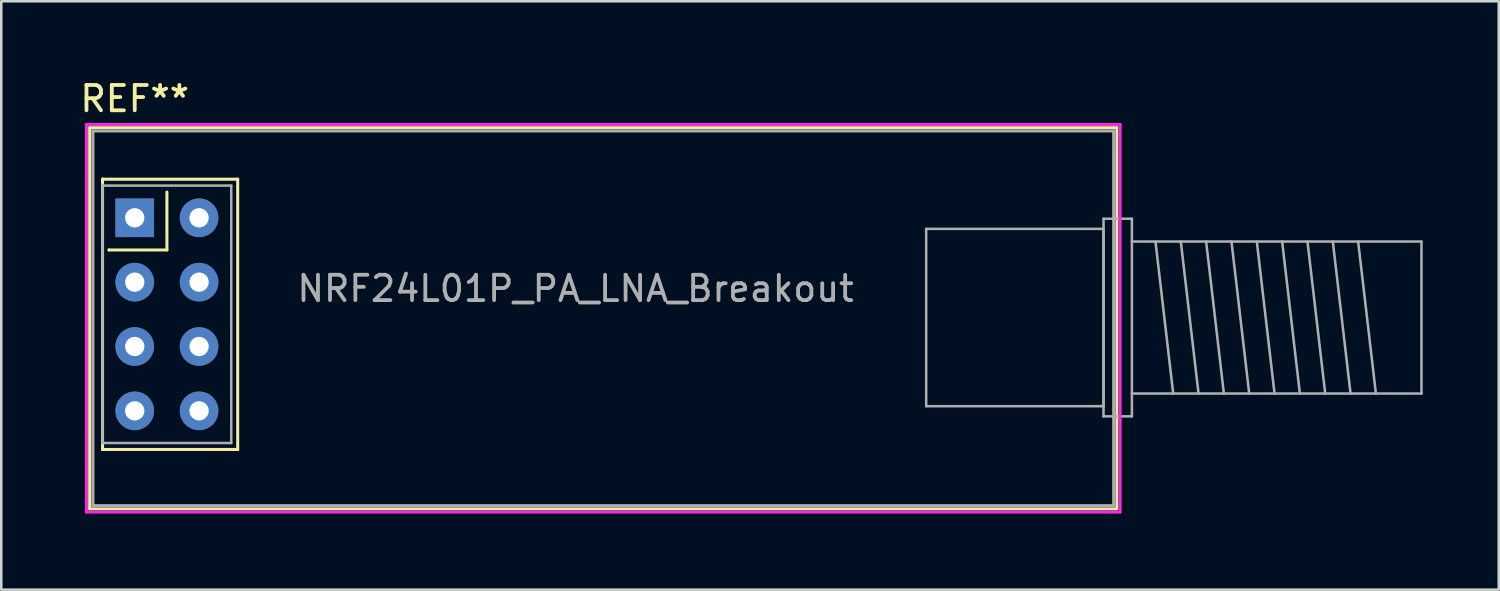
<source format=kicad_pcb>
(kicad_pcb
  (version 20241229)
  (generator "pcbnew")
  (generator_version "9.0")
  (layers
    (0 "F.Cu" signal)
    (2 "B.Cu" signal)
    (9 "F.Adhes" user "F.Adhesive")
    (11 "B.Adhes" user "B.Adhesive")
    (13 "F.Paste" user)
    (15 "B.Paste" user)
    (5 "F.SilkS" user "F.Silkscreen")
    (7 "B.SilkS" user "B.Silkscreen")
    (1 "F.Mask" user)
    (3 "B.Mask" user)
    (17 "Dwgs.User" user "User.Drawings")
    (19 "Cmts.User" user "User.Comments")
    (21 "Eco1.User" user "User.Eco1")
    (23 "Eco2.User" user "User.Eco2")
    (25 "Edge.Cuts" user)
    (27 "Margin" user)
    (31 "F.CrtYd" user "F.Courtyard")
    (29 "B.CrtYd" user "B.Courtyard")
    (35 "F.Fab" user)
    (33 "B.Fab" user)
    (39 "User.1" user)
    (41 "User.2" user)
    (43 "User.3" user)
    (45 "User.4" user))
  (footprint "NRF24L01P_PA_LNA_Breakout"
    (layer "F.Cu")
    (at 0.363 1.864)
    (property "Reference" "NRF24L01P_PA_LNA_Breakout" (at 19.304 6.477 0) (layer "F.Fab") (effects (font (size 1 1) (thickness 0.15))))
    (attr through_hole)
    (fp_line (start 0.127 0.127) (end 40.673 0.127) (stroke (width 0.12) (type solid)) (layer "F.SilkS"))
    (fp_line (start 0.127 15.173) (end 0.127 0.127) (stroke (width 0.12) (type solid)) (layer "F.SilkS"))
    (fp_line (start 0.635 2.159) (end 0.635 2.159) (stroke (width 0.12) (type solid)) (layer "F.SilkS"))
    (fp_line (start 0.635 2.159) (end 5.969 2.159) (stroke (width 0.12) (type solid)) (layer "F.SilkS"))
    (fp_line (start 0.635 12.827) (end 0.635 2.159) (stroke (width 0.12) (type solid)) (layer "F.SilkS"))
    (fp_line (start 0.635 12.827) (end 0.635 12.827) (stroke (width 0.12) (type solid)) (layer "F.SilkS"))
    (fp_line (start 0.889 4.953) (end 0.889 4.953) (stroke (width 0.12) (type solid)) (layer "F.SilkS"))
    (fp_line (start 3.175 2.667) (end 3.175 4.953) (stroke (width 0.12) (type solid)) (layer "F.SilkS"))
    (fp_line (start 3.175 4.953) (end 0.889 4.953) (stroke (width 0.12) (type solid)) (layer "F.SilkS"))
    (fp_line (start 5.969 2.159) (end 5.969 12.827) (stroke (width 0.12) (type solid)) (layer "F.SilkS"))
    (fp_line (start 5.969 12.827) (end 0.635 12.827) (stroke (width 0.12) (type solid)) (layer "F.SilkS"))
    (fp_line (start 40.64 15.173) (end 0.127 15.173) (stroke (width 0.12) (type solid)) (layer "F.SilkS"))
    (fp_line (start 40.673 0.127) (end 40.673 15.173) (stroke (width 0.12) (type solid)) (layer "F.SilkS"))
    (fp_line (start 0 0) (end 0 15.3) (stroke (width 0.12) (type solid)) (layer "F.CrtYd"))
    (fp_line (start 0 0) (end 40.8 0) (stroke (width 0.12) (type solid)) (layer "F.CrtYd"))
    (fp_line (start 0 15.3) (end 40.8 15.3) (stroke (width 0.12) (type solid)) (layer "F.CrtYd"))
    (fp_line (start 40.8 0) (end 40.8 15.3) (stroke (width 0.12) (type solid)) (layer "F.CrtYd"))
    (fp_line (start 0.254 0.254) (end 40.546 0.254) (stroke (width 0.12) (type solid)) (layer "F.Fab"))
    (fp_line (start 0.254 15.046) (end 0.254 0.254) (stroke (width 0.12) (type solid)) (layer "F.Fab"))
    (fp_line (start 0.635 2.413) (end 0.635 2.413) (stroke (width 0.1) (type solid)) (layer "F.Fab"))
    (fp_line (start 0.635 2.413) (end 5.715 2.413) (stroke (width 0.1) (type solid)) (layer "F.Fab"))
    (fp_line (start 0.635 12.573) (end 0.635 2.413) (stroke (width 0.1) (type solid)) (layer "F.Fab"))
    (fp_line (start 5.715 2.413) (end 5.715 12.573) (stroke (width 0.1) (type solid)) (layer "F.Fab"))
    (fp_line (start 5.715 12.573) (end 0.635 12.573) (stroke (width 0.1) (type solid)) (layer "F.Fab"))
    (fp_line (start 33.145 4.12) (end 33.145 11.12) (stroke (width 0.1) (type solid)) (layer "F.Fab"))
    (fp_line (start 40.145 3.72) (end 40.145 11.52) (stroke (width 0.1) (type solid)) (layer "F.Fab"))
    (fp_line (start 40.145 4.12) (end 33.145 4.12) (stroke (width 0.1) (type solid)) (layer "F.Fab"))
    (fp_line (start 40.145 4.12) (end 40.145 11.12) (stroke (width 0.1) (type solid)) (layer "F.Fab"))
    (fp_line (start 40.145 11.12) (end 33.145 11.12) (stroke (width 0.1) (type solid)) (layer "F.Fab"))
    (fp_line (start 40.145 11.52) (end 41.265 11.52) (stroke (width 0.1) (type solid)) (layer "F.Fab"))
    (fp_line (start 40.546 0.254) (end 40.546 15.046) (stroke (width 0.12) (type solid)) (layer "F.Fab"))
    (fp_line (start 40.546 15.046) (end 0.254 15.046) (stroke (width 0.12) (type solid)) (layer "F.Fab"))
    (fp_line (start 41.265 3.72) (end 40.145 3.72) (stroke (width 0.1) (type solid)) (layer "F.Fab"))
    (fp_line (start 41.265 11.52) (end 41.265 3.72) (stroke (width 0.1) (type solid)) (layer "F.Fab"))
    (fp_line (start 42.195 4.62) (end 42.895 10.62) (stroke (width 0.1) (type solid)) (layer "F.Fab"))
    (fp_line (start 43.195 4.62) (end 43.895 10.62) (stroke (width 0.1) (type solid)) (layer "F.Fab"))
    (fp_line (start 44.195 4.62) (end 44.895 10.62) (stroke (width 0.1) (type solid)) (layer "F.Fab"))
    (fp_line (start 45.195 4.62) (end 45.895 10.62) (stroke (width 0.1) (type solid)) (layer "F.Fab"))
    (fp_line (start 46.195 4.62) (end 46.895 10.62) (stroke (width 0.1) (type solid)) (layer "F.Fab"))
    (fp_line (start 47.195 4.62) (end 47.895 10.62) (stroke (width 0.1) (type solid)) (layer "F.Fab"))
    (fp_line (start 48.195 4.62) (end 48.895 10.62) (stroke (width 0.1) (type solid)) (layer "F.Fab"))
    (fp_line (start 49.195 4.62) (end 49.895 10.62) (stroke (width 0.1) (type solid)) (layer "F.Fab"))
    (fp_line (start 50.195 4.62) (end 50.895 10.62) (stroke (width 0.1) (type solid)) (layer "F.Fab"))
    (fp_line (start 52.695 4.62) (end 41.265 4.62) (stroke (width 0.1) (type solid)) (layer "F.Fab"))
    (fp_line (start 52.695 4.62) (end 52.695 10.62) (stroke (width 0.1) (type solid)) (layer "F.Fab"))
    (fp_line (start 52.695 10.62) (end 41.265 10.62) (stroke (width 0.1) (type solid)) (layer "F.Fab"))
    (fp_text user "REF**" (at 1.905 -1.016 0) (layer "F.SilkS") (effects (font (size 1 1) (thickness 0.15))))
    (pad "1" thru_hole rect (at 1.905 3.683) (size 1.524 1.524) (drill 0.762) (layers "*.Cu" "*.Mask"))
    (pad "2" thru_hole circle (at 4.445 3.683) (size 1.524 1.524) (drill 0.762) (layers "*.Cu" "*.Mask"))
    (pad "3" thru_hole circle (at 1.905 6.223) (size 1.524 1.524) (drill 0.762) (layers "*.Cu" "*.Mask"))
    (pad "4" thru_hole circle (at 4.445 6.223) (size 1.524 1.524) (drill 0.762) (layers "*.Cu" "*.Mask"))
    (pad "5" thru_hole circle (at 1.905 8.763) (size 1.524 1.524) (drill 0.762) (layers "*.Cu" "*.Mask"))
    (pad "6" thru_hole circle (at 4.445 8.763) (size 1.524 1.524) (drill 0.762) (layers "*.Cu" "*.Mask"))
    (pad "7" thru_hole circle (at 1.905 11.303) (size 1.524 1.524) (drill 0.762) (layers "*.Cu" "*.Mask"))
    (pad "8" thru_hole circle (at 4.445 11.303) (size 1.524 1.524) (drill 0.762) (layers "*.Cu" "*.Mask")))
  (gr_rect
    (start -3 -3)
    (end 56.108 20.224)
    (stroke (width 0.1) (type default))
    (fill no)
    (layer "Edge.Cuts")))
</source>
